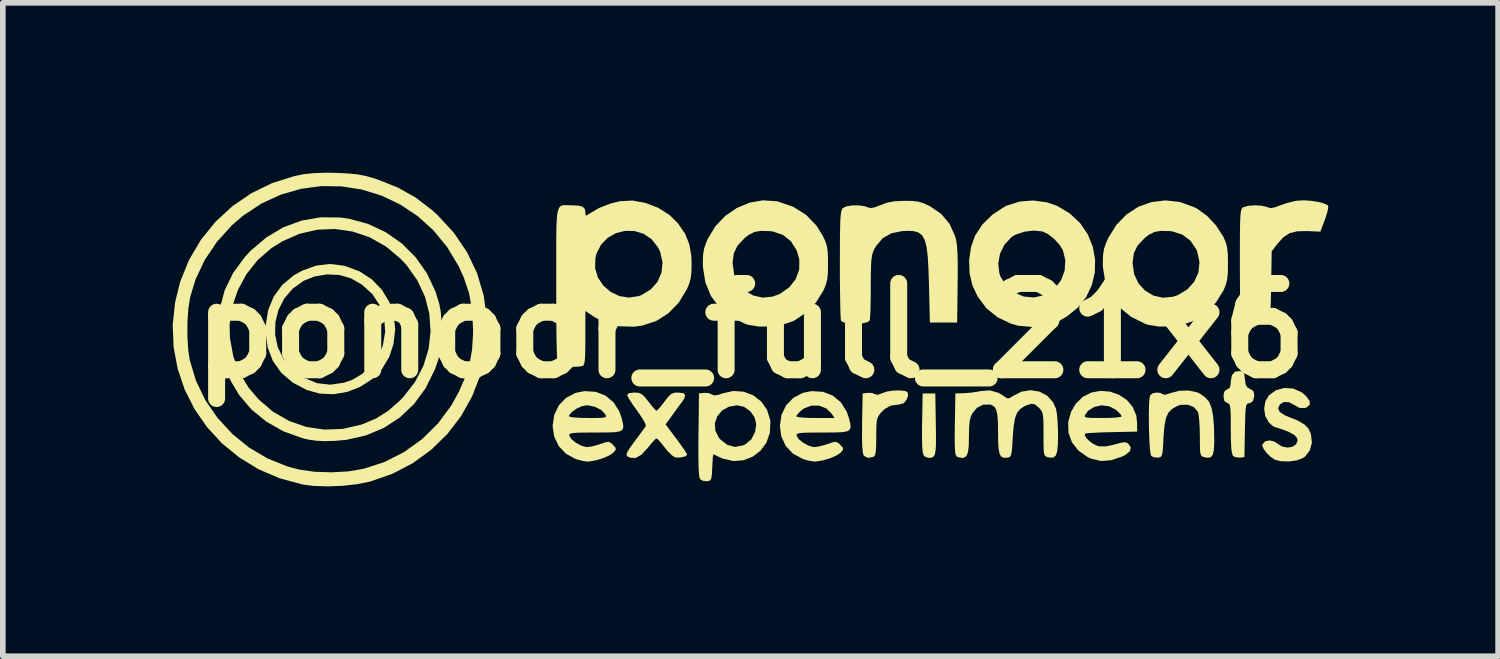
<source format=kicad_pcb>
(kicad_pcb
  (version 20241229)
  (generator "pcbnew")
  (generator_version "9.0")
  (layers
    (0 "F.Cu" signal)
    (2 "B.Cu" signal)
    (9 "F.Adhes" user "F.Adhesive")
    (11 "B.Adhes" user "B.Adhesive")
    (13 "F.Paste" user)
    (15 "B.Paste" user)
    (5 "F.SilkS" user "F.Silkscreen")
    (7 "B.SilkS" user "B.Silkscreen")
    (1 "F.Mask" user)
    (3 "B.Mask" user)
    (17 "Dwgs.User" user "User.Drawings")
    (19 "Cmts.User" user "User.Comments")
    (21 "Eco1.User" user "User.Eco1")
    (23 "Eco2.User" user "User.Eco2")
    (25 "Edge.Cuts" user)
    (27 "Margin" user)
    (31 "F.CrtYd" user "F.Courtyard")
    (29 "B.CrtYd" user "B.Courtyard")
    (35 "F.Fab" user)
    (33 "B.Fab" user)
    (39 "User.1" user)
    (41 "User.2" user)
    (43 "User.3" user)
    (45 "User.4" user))
  (footprint "ponoor_full_21x6"
    (layer "F.Cu")
    (at 10.21 2.791)
    (property "Reference" "ponoor_full_21x6" (at 0 0 0) (layer "F.SilkS") (effects (font (size 1.524 1.524) (thickness 0.3))))
    (attr board_only exclude_from_pos_files exclude_from_bom)
    (fp_poly (pts (xy 3.221 0.734) (xy 3.265 0.805) (xy 3.27 0.873) (xy 3.246 0.929) (xy 3.182 0.954) (xy 3.156 0.957) (xy 3.081 0.956) (xy 3.045 0.924) (xy 3.032 0.885) (xy 3.033 0.793) (xy 3.079 0.728) (xy 3.147 0.706)) (stroke (width 0) (type solid)) (fill yes) (layer "F.SilkS"))
    (fp_poly (pts (xy 3.268 1.651) (xy 3.271 1.86) (xy 3.27 2.014) (xy 3.263 2.12) (xy 3.249 2.188) (xy 3.226 2.226) (xy 3.192 2.243) (xy 3.145 2.247) (xy 3.143 2.247) (xy 3.078 2.225) (xy 3.054 2.203) (xy 3.038 2.154) (xy 3.028 2.05) (xy 3.024 1.888) (xy 3.025 1.665) (xy 3.026 1.633) (xy 3.035 1.108) (xy 3.259 1.108)) (stroke (width 0) (type solid)) (fill yes) (layer "F.SilkS"))
    (fp_poly (pts (xy 2.726 1.065) (xy 2.768 1.085) (xy 2.78 1.14) (xy 2.756 1.209) (xy 2.704 1.279) (xy 2.625 1.302) (xy 2.617 1.303) (xy 2.473 1.323) (xy 2.362 1.384) (xy 2.297 1.449) (xy 2.26 1.498) (xy 2.236 1.548) (xy 2.223 1.615) (xy 2.217 1.714) (xy 2.216 1.86) (xy 2.216 1.878) (xy 2.214 2.032) (xy 2.208 2.133) (xy 2.196 2.193) (xy 2.176 2.222) (xy 2.165 2.228) (xy 2.069 2.246) (xy 2 2.211) (xy 1.994 2.203) (xy 1.979 2.154) (xy 1.969 2.05) (xy 1.964 1.888) (xy 1.966 1.665) (xy 1.966 1.633) (xy 1.975 1.108) (xy 2.067 1.097) (xy 2.145 1.1) (xy 2.192 1.12) (xy 2.244 1.132) (xy 2.322 1.102) (xy 2.41 1.073) (xy 2.522 1.057) (xy 2.635 1.054)) (stroke (width 0) (type solid)) (fill yes) (layer "F.SilkS"))
    (fp_poly (pts (xy 8.692 0.729) (xy 8.717 0.775) (xy 8.728 0.861) (xy 8.742 0.954) (xy 8.774 1.005) (xy 8.818 1.029) (xy 8.875 1.063) (xy 8.891 1.12) (xy 8.889 1.164) (xy 8.869 1.242) (xy 8.824 1.275) (xy 8.807 1.279) (xy 8.78 1.285) (xy 8.76 1.302) (xy 8.747 1.338) (xy 8.738 1.405) (xy 8.733 1.511) (xy 8.729 1.667) (xy 8.727 1.76) (xy 8.718 2.232) (xy 8.638 2.241) (xy 8.56 2.234) (xy 8.517 2.211) (xy 8.499 2.166) (xy 8.486 2.07) (xy 8.479 1.92) (xy 8.477 1.731) (xy 8.477 1.555) (xy 8.474 1.433) (xy 8.468 1.354) (xy 8.457 1.309) (xy 8.439 1.286) (xy 8.413 1.275) (xy 8.365 1.242) (xy 8.349 1.166) (xy 8.349 1.156) (xy 8.362 1.075) (xy 8.407 1.039) (xy 8.413 1.037) (xy 8.458 1.009) (xy 8.476 0.945) (xy 8.477 0.899) (xy 8.497 0.786) (xy 8.554 0.723) (xy 8.644 0.712)) (stroke (width 0) (type solid)) (fill yes) (layer "F.SilkS"))
    (fp_poly (pts (xy 5.233 -2.267) (xy 5.411 -2.205) (xy 5.637 -2.069) (xy 5.818 -1.899) (xy 5.952 -1.701) (xy 6.04 -1.484) (xy 6.081 -1.257) (xy 6.076 -1.028) (xy 6.023 -0.804) (xy 5.923 -0.594) (xy 5.775 -0.407) (xy 5.579 -0.249) (xy 5.466 -0.186) (xy 5.227 -0.1) (xy 4.976 -0.066) (xy 4.73 -0.087) (xy 4.602 -0.122) (xy 4.358 -0.238) (xy 4.161 -0.397) (xy 4.008 -0.603) (xy 3.914 -0.801) (xy 3.864 -1.012) (xy 3.858 -1.183) (xy 4.37 -1.183) (xy 4.392 -1.008) (xy 4.411 -0.954) (xy 4.513 -0.792) (xy 4.653 -0.674) (xy 4.819 -0.604) (xy 5 -0.587) (xy 5.183 -0.627) (xy 5.228 -0.647) (xy 5.375 -0.752) (xy 5.482 -0.896) (xy 5.544 -1.067) (xy 5.555 -1.248) (xy 5.512 -1.422) (xy 5.45 -1.522) (xy 5.355 -1.624) (xy 5.248 -1.707) (xy 5.152 -1.753) (xy 4.997 -1.769) (xy 4.831 -1.749) (xy 4.679 -1.698) (xy 4.607 -1.655) (xy 4.482 -1.523) (xy 4.402 -1.361) (xy 4.37 -1.183) (xy 3.858 -1.183) (xy 3.856 -1.246) (xy 3.89 -1.478) (xy 3.96 -1.678) (xy 4.091 -1.877) (xy 4.27 -2.052) (xy 4.483 -2.191) (xy 4.522 -2.21) (xy 4.747 -2.281) (xy 4.99 -2.3)) (stroke (width 0) (type solid)) (fill yes) (layer "F.SilkS"))
    (fp_poly (pts (xy 9.58 1.022) (xy 9.726 1.086) (xy 9.808 1.154) (xy 9.87 1.241) (xy 9.872 1.309) (xy 9.815 1.356) (xy 9.78 1.367) (xy 9.688 1.363) (xy 9.614 1.32) (xy 9.512 1.265) (xy 9.417 1.258) (xy 9.346 1.299) (xy 9.313 1.37) (xy 9.342 1.435) (xy 9.432 1.494) (xy 9.508 1.525) (xy 9.669 1.591) (xy 9.779 1.656) (xy 9.85 1.73) (xy 9.892 1.823) (xy 9.893 1.826) (xy 9.91 1.978) (xy 9.873 2.115) (xy 9.788 2.224) (xy 9.75 2.25) (xy 9.643 2.29) (xy 9.504 2.309) (xy 9.364 2.305) (xy 9.264 2.281) (xy 9.189 2.234) (xy 9.115 2.164) (xy 9.058 2.089) (xy 9.032 2.027) (xy 9.034 2.01) (xy 9.085 1.953) (xy 9.166 1.937) (xy 9.254 1.961) (xy 9.298 1.992) (xy 9.385 2.046) (xy 9.48 2.064) (xy 9.567 2.049) (xy 9.631 2.007) (xy 9.657 1.941) (xy 9.651 1.9) (xy 9.602 1.842) (xy 9.495 1.784) (xy 9.454 1.768) (xy 9.355 1.732) (xy 9.28 1.708) (xy 9.252 1.702) (xy 9.216 1.681) (xy 9.158 1.628) (xy 9.149 1.619) (xy 9.087 1.51) (xy 9.067 1.377) (xy 9.089 1.244) (xy 9.15 1.142) (xy 9.276 1.05) (xy 9.425 1.011)) (stroke (width 0) (type solid)) (fill yes) (layer "F.SilkS"))
    (fp_poly (pts (xy 9.897 -2.294) (xy 10.022 -2.275) (xy 10.124 -2.248) (xy 10.188 -2.216) (xy 10.199 -2.202) (xy 10.196 -2.153) (xy 10.174 -2.064) (xy 10.137 -1.956) (xy 10.06 -1.75) (xy 9.823 -1.76) (xy 9.65 -1.756) (xy 9.518 -1.723) (xy 9.409 -1.653) (xy 9.302 -1.536) (xy 9.292 -1.523) (xy 9.2 -1.402) (xy 9.191 -0.838) (xy 9.188 -0.649) (xy 9.183 -0.478) (xy 9.177 -0.338) (xy 9.171 -0.24) (xy 9.167 -0.201) (xy 9.153 -0.163) (xy 9.124 -0.142) (xy 9.065 -0.132) (xy 8.961 -0.129) (xy 8.914 -0.128) (xy 8.784 -0.132) (xy 8.706 -0.142) (xy 8.667 -0.164) (xy 8.657 -0.179) (xy 8.652 -0.223) (xy 8.648 -0.323) (xy 8.644 -0.47) (xy 8.641 -0.656) (xy 8.639 -0.873) (xy 8.638 -1.111) (xy 8.638 -1.19) (xy 8.638 -1.463) (xy 8.639 -1.68) (xy 8.641 -1.846) (xy 8.644 -1.969) (xy 8.65 -2.056) (xy 8.657 -2.114) (xy 8.668 -2.149) (xy 8.682 -2.17) (xy 8.7 -2.182) (xy 8.7 -2.182) (xy 8.785 -2.206) (xy 8.902 -2.215) (xy 9.022 -2.208) (xy 9.115 -2.186) (xy 9.125 -2.181) (xy 9.182 -2.165) (xy 9.257 -2.179) (xy 9.341 -2.211) (xy 9.47 -2.256) (xy 9.612 -2.291) (xy 9.653 -2.297) (xy 9.768 -2.303)) (stroke (width 0) (type solid)) (fill yes) (layer "F.SilkS"))
    (fp_poly (pts (xy 7.882 1.088) (xy 7.937 1.113) (xy 8.027 1.178) (xy 8.093 1.256) (xy 8.137 1.36) (xy 8.165 1.501) (xy 8.18 1.69) (xy 8.183 1.784) (xy 8.186 1.972) (xy 8.179 2.105) (xy 8.16 2.189) (xy 8.126 2.233) (xy 8.073 2.245) (xy 8.012 2.235) (xy 7.977 2.224) (xy 7.954 2.204) (xy 7.94 2.164) (xy 7.934 2.091) (xy 7.932 1.974) (xy 7.931 1.863) (xy 7.928 1.708) (xy 7.919 1.572) (xy 7.906 1.471) (xy 7.895 1.431) (xy 7.825 1.349) (xy 7.719 1.307) (xy 7.596 1.309) (xy 7.535 1.328) (xy 7.444 1.378) (xy 7.378 1.444) (xy 7.334 1.538) (xy 7.307 1.672) (xy 7.291 1.856) (xy 7.289 1.893) (xy 7.282 2.043) (xy 7.273 2.142) (xy 7.261 2.199) (xy 7.242 2.227) (xy 7.213 2.238) (xy 7.193 2.241) (xy 7.115 2.234) (xy 7.072 2.211) (xy 7.059 2.167) (xy 7.048 2.073) (xy 7.04 1.942) (xy 7.034 1.787) (xy 7.031 1.623) (xy 7.03 1.464) (xy 7.033 1.322) (xy 7.04 1.211) (xy 7.051 1.145) (xy 7.052 1.143) (xy 7.094 1.107) (xy 7.167 1.092) (xy 7.238 1.099) (xy 7.272 1.122) (xy 7.312 1.131) (xy 7.39 1.11) (xy 7.41 1.102) (xy 7.567 1.061) (xy 7.732 1.056)) (stroke (width 0) (type solid)) (fill yes) (layer "F.SilkS"))
    (fp_poly (pts (xy -7.189 -1.149) (xy -7.161 -1.142) (xy -6.907 -1.047) (xy -6.691 -0.905) (xy -6.516 -0.724) (xy -6.387 -0.512) (xy -6.307 -0.276) (xy -6.28 -0.025) (xy -6.31 0.234) (xy -6.386 0.464) (xy -6.514 0.677) (xy -6.687 0.854) (xy -6.894 0.989) (xy -7.125 1.08) (xy -7.369 1.122) (xy -7.617 1.11) (xy -7.844 1.046) (xy -8.094 0.913) (xy -8.294 0.741) (xy -8.441 0.534) (xy -8.533 0.293) (xy -8.563 0.07) (xy -8.401 0.07) (xy -8.355 0.288) (xy -8.257 0.493) (xy -8.107 0.673) (xy -8.096 0.683) (xy -7.885 0.835) (xy -7.661 0.926) (xy -7.426 0.953) (xy -7.184 0.918) (xy -7.036 0.866) (xy -6.864 0.763) (xy -6.706 0.616) (xy -6.579 0.444) (xy -6.499 0.265) (xy -6.499 0.265) (xy -6.457 0.015) (xy -6.476 -0.225) (xy -6.552 -0.447) (xy -6.682 -0.645) (xy -6.864 -0.811) (xy -7.058 -0.924) (xy -7.262 -0.984) (xy -7.485 -0.995) (xy -7.709 -0.957) (xy -7.898 -0.881) (xy -8.092 -0.742) (xy -8.24 -0.568) (xy -8.342 -0.368) (xy -8.396 -0.151) (xy -8.401 0.07) (xy -8.563 0.07) (xy -8.569 0.022) (xy -8.568 -0.089) (xy -8.525 -0.361) (xy -8.427 -0.601) (xy -8.276 -0.808) (xy -8.075 -0.976) (xy -7.921 -1.062) (xy -7.673 -1.15) (xy -7.434 -1.179)) (stroke (width 0) (type solid)) (fill yes) (layer "F.SilkS"))
    (fp_poly (pts (xy -0.124 1.077) (xy 0.043 1.141) (xy 0.183 1.249) (xy 0.286 1.395) (xy 0.342 1.574) (xy 0.346 1.607) (xy 0.337 1.804) (xy 0.276 1.977) (xy 0.172 2.119) (xy 0.033 2.225) (xy -0.129 2.288) (xy -0.308 2.302) (xy -0.493 2.259) (xy -0.552 2.234) (xy -0.621 2.2) (xy -0.66 2.184) (xy -0.662 2.184) (xy -0.668 2.213) (xy -0.674 2.291) (xy -0.68 2.401) (xy -0.681 2.416) (xy -0.687 2.537) (xy -0.697 2.607) (xy -0.716 2.642) (xy -0.751 2.656) (xy -0.773 2.659) (xy -0.85 2.65) (xy -0.894 2.623) (xy -0.908 2.585) (xy -0.917 2.504) (xy -0.923 2.375) (xy -0.926 2.194) (xy -0.925 1.955) (xy -0.924 1.842) (xy -0.921 1.633) (xy -0.634 1.633) (xy -0.627 1.762) (xy -0.566 1.887) (xy -0.539 1.919) (xy -0.413 2.017) (xy -0.277 2.052) (xy -0.133 2.024) (xy -0.095 2.006) (xy 0.009 1.918) (xy 0.076 1.789) (xy 0.096 1.652) (xy 0.067 1.529) (xy -0.01 1.422) (xy -0.118 1.345) (xy -0.239 1.317) (xy -0.389 1.342) (xy -0.509 1.411) (xy -0.593 1.512) (xy -0.634 1.633) (xy -0.921 1.633) (xy -0.915 1.108) (xy -0.825 1.097) (xy -0.742 1.102) (xy -0.69 1.125) (xy -0.644 1.143) (xy -0.574 1.133) (xy -0.499 1.107) (xy -0.308 1.064)) (stroke (width 0) (type solid)) (fill yes) (layer "F.SilkS"))
    (fp_poly (pts (xy -1.191 1.103) (xy -1.157 1.139) (xy -1.179 1.205) (xy -1.214 1.256) (xy -1.265 1.324) (xy -1.335 1.42) (xy -1.388 1.494) (xy -1.504 1.655) (xy -1.314 1.909) (xy -1.233 2.019) (xy -1.169 2.111) (xy -1.131 2.172) (xy -1.124 2.188) (xy -1.152 2.217) (xy -1.218 2.236) (xy -1.296 2.241) (xy -1.345 2.233) (xy -1.398 2.197) (xy -1.469 2.125) (xy -1.528 2.052) (xy -1.593 1.97) (xy -1.645 1.915) (xy -1.67 1.901) (xy -1.701 1.93) (xy -1.759 1.995) (xy -1.828 2.079) (xy -1.935 2.193) (xy -2.033 2.247) (xy -2.128 2.244) (xy -2.181 2.218) (xy -2.196 2.194) (xy -2.184 2.15) (xy -2.141 2.078) (xy -2.061 1.966) (xy -2.051 1.953) (xy -1.971 1.845) (xy -1.904 1.755) (xy -1.862 1.695) (xy -1.853 1.682) (xy -1.862 1.643) (xy -1.903 1.566) (xy -1.969 1.466) (xy -2.008 1.412) (xy -2.086 1.303) (xy -2.146 1.211) (xy -2.179 1.149) (xy -2.184 1.134) (xy -2.153 1.103) (xy -2.063 1.092) (xy -2.056 1.092) (xy -1.981 1.097) (xy -1.925 1.121) (xy -1.868 1.175) (xy -1.808 1.252) (xy -1.742 1.336) (xy -1.69 1.394) (xy -1.666 1.413) (xy -1.636 1.389) (xy -1.583 1.327) (xy -1.525 1.252) (xy -1.455 1.163) (xy -1.401 1.114) (xy -1.343 1.095) (xy -1.282 1.092)) (stroke (width 0) (type solid)) (fill yes) (layer "F.SilkS"))
    (fp_poly (pts (xy 6.345 1.076) (xy 6.501 1.13) (xy 6.638 1.22) (xy 6.743 1.343) (xy 6.808 1.495) (xy 6.822 1.618) (xy 6.824 1.782) (xy 6.39 1.791) (xy 6.227 1.795) (xy 6.084 1.801) (xy 5.977 1.807) (xy 5.917 1.814) (xy 5.911 1.816) (xy 5.897 1.845) (xy 5.924 1.893) (xy 5.981 1.95) (xy 6.055 2.002) (xy 6.132 2.037) (xy 6.154 2.042) (xy 6.263 2.043) (xy 6.402 2.016) (xy 6.437 2.006) (xy 6.545 1.976) (xy 6.612 1.969) (xy 6.656 1.985) (xy 6.663 1.991) (xy 6.711 2.058) (xy 6.697 2.126) (xy 6.621 2.191) (xy 6.567 2.219) (xy 6.366 2.287) (xy 6.186 2.301) (xy 6.014 2.261) (xy 5.948 2.231) (xy 5.785 2.116) (xy 5.671 1.969) (xy 5.611 1.799) (xy 5.605 1.617) (xy 5.635 1.508) (xy 5.896 1.508) (xy 5.906 1.525) (xy 5.946 1.535) (xy 6.026 1.54) (xy 6.158 1.541) (xy 6.212 1.541) (xy 6.351 1.539) (xy 6.462 1.532) (xy 6.533 1.522) (xy 6.551 1.512) (xy 6.528 1.475) (xy 6.472 1.417) (xy 6.452 1.4) (xy 6.333 1.335) (xy 6.198 1.318) (xy 6.067 1.345) (xy 5.958 1.413) (xy 5.906 1.482) (xy 5.896 1.508) (xy 5.635 1.508) (xy 5.656 1.432) (xy 5.74 1.289) (xy 5.867 1.165) (xy 6.018 1.091) (xy 6.181 1.062)) (stroke (width 0) (type solid)) (fill yes) (layer "F.SilkS"))
    (fp_poly (pts (xy 0.457 -2.286) (xy 0.488 -2.279) (xy 0.753 -2.187) (xy 0.977 -2.046) (xy 1.159 -1.857) (xy 1.27 -1.679) (xy 1.316 -1.582) (xy 1.343 -1.498) (xy 1.358 -1.403) (xy 1.364 -1.278) (xy 1.364 -1.188) (xy 1.362 -1.032) (xy 1.352 -0.919) (xy 1.33 -0.826) (xy 1.294 -0.734) (xy 1.281 -0.706) (xy 1.153 -0.501) (xy 0.979 -0.321) (xy 0.778 -0.185) (xy 0.739 -0.166) (xy 0.558 -0.106) (xy 0.35 -0.075) (xy 0.141 -0.074) (xy -0.045 -0.104) (xy -0.098 -0.121) (xy -0.351 -0.247) (xy -0.554 -0.413) (xy -0.705 -0.615) (xy -0.802 -0.853) (xy -0.845 -1.123) (xy -0.847 -1.188) (xy -0.847 -1.188) (xy -0.321 -1.188) (xy -0.294 -0.997) (xy -0.218 -0.836) (xy -0.103 -0.709) (xy 0.041 -0.623) (xy 0.206 -0.585) (xy 0.381 -0.601) (xy 0.513 -0.65) (xy 0.679 -0.766) (xy 0.794 -0.912) (xy 0.855 -1.079) (xy 0.857 -1.26) (xy 0.81 -1.42) (xy 0.707 -1.582) (xy 0.564 -1.694) (xy 0.387 -1.753) (xy 0.336 -1.759) (xy 0.18 -1.764) (xy 0.063 -1.744) (xy -0.038 -1.692) (xy -0.113 -1.632) (xy -0.233 -1.505) (xy -0.299 -1.371) (xy -0.321 -1.21) (xy -0.321 -1.188) (xy -0.847 -1.188) (xy -0.843 -1.338) (xy -0.823 -1.456) (xy -0.781 -1.574) (xy -0.76 -1.622) (xy -0.627 -1.843) (xy -0.452 -2.027) (xy -0.247 -2.168) (xy -0.021 -2.262) (xy 0.217 -2.303)) (stroke (width 0) (type solid)) (fill yes) (layer "F.SilkS"))
    (fp_poly (pts (xy 1.275 1.079) (xy 1.45 1.147) (xy 1.593 1.267) (xy 1.696 1.433) (xy 1.735 1.549) (xy 1.757 1.641) (xy 1.763 1.707) (xy 1.746 1.751) (xy 1.698 1.778) (xy 1.61 1.792) (xy 1.475 1.797) (xy 1.284 1.798) (xy 1.267 1.798) (xy 1.084 1.799) (xy 0.956 1.801) (xy 0.874 1.807) (xy 0.828 1.817) (xy 0.81 1.832) (xy 0.809 1.853) (xy 0.846 1.914) (xy 0.923 1.977) (xy 1.017 2.029) (xy 1.106 2.054) (xy 1.121 2.055) (xy 1.201 2.045) (xy 1.307 2.017) (xy 1.357 2.001) (xy 1.449 1.97) (xy 1.503 1.962) (xy 1.543 1.981) (xy 1.58 2.015) (xy 1.626 2.067) (xy 1.628 2.103) (xy 1.59 2.151) (xy 1.518 2.201) (xy 1.407 2.25) (xy 1.28 2.289) (xy 1.161 2.309) (xy 1.126 2.311) (xy 1.041 2.299) (xy 0.938 2.271) (xy 0.92 2.265) (xy 0.746 2.172) (xy 0.617 2.035) (xy 0.538 1.863) (xy 0.514 1.681) (xy 0.539 1.512) (xy 0.803 1.512) (xy 0.833 1.524) (xy 0.914 1.534) (xy 1.032 1.54) (xy 1.141 1.541) (xy 1.479 1.541) (xy 1.429 1.466) (xy 1.333 1.372) (xy 1.207 1.324) (xy 1.07 1.323) (xy 0.941 1.371) (xy 0.902 1.4) (xy 0.839 1.459) (xy 0.805 1.504) (xy 0.803 1.512) (xy 0.539 1.512) (xy 0.543 1.484) (xy 0.625 1.316) (xy 0.752 1.185) (xy 0.918 1.098) (xy 1.073 1.067)) (stroke (width 0) (type solid)) (fill yes) (layer "F.SilkS"))
    (fp_poly (pts (xy 7.577 -2.273) (xy 7.827 -2.184) (xy 7.879 -2.158) (xy 8.055 -2.032) (xy 8.215 -1.862) (xy 8.343 -1.664) (xy 8.353 -1.645) (xy 8.39 -1.557) (xy 8.413 -1.467) (xy 8.425 -1.353) (xy 8.428 -1.197) (xy 8.428 -1.188) (xy 8.426 -1.032) (xy 8.416 -0.919) (xy 8.395 -0.827) (xy 8.359 -0.735) (xy 8.346 -0.706) (xy 8.217 -0.501) (xy 8.043 -0.321) (xy 7.842 -0.185) (xy 7.803 -0.166) (xy 7.622 -0.106) (xy 7.415 -0.075) (xy 7.206 -0.074) (xy 7.019 -0.104) (xy 6.967 -0.121) (xy 6.714 -0.247) (xy 6.511 -0.413) (xy 6.36 -0.616) (xy 6.262 -0.853) (xy 6.219 -1.124) (xy 6.217 -1.188) (xy 6.217 -1.188) (xy 6.743 -1.188) (xy 6.771 -0.999) (xy 6.847 -0.837) (xy 6.963 -0.709) (xy 7.108 -0.622) (xy 7.275 -0.583) (xy 7.452 -0.599) (xy 7.539 -0.628) (xy 7.709 -0.729) (xy 7.833 -0.867) (xy 7.907 -1.031) (xy 7.925 -1.211) (xy 7.885 -1.396) (xy 7.87 -1.433) (xy 7.766 -1.589) (xy 7.621 -1.698) (xy 7.442 -1.755) (xy 7.401 -1.759) (xy 7.245 -1.764) (xy 7.128 -1.744) (xy 7.026 -1.692) (xy 6.951 -1.632) (xy 6.832 -1.505) (xy 6.766 -1.371) (xy 6.744 -1.21) (xy 6.743 -1.188) (xy 6.217 -1.188) (xy 6.221 -1.332) (xy 6.238 -1.444) (xy 6.277 -1.557) (xy 6.314 -1.638) (xy 6.456 -1.869) (xy 6.636 -2.054) (xy 6.846 -2.19) (xy 7.079 -2.273) (xy 7.325 -2.302)) (stroke (width 0) (type solid)) (fill yes) (layer "F.SilkS"))
    (fp_poly (pts (xy -2.739 1.079) (xy -2.564 1.147) (xy -2.421 1.267) (xy -2.318 1.433) (xy -2.279 1.549) (xy -2.257 1.641) (xy -2.251 1.707) (xy -2.268 1.751) (xy -2.316 1.778) (xy -2.404 1.792) (xy -2.539 1.797) (xy -2.73 1.798) (xy -2.747 1.798) (xy -2.93 1.799) (xy -3.058 1.801) (xy -3.14 1.807) (xy -3.186 1.817) (xy -3.204 1.832) (xy -3.205 1.853) (xy -3.168 1.914) (xy -3.091 1.977) (xy -2.997 2.029) (xy -2.908 2.054) (xy -2.893 2.055) (xy -2.813 2.045) (xy -2.707 2.017) (xy -2.657 2.001) (xy -2.565 1.97) (xy -2.511 1.962) (xy -2.471 1.981) (xy -2.434 2.015) (xy -2.388 2.067) (xy -2.386 2.103) (xy -2.424 2.151) (xy -2.496 2.201) (xy -2.607 2.25) (xy -2.734 2.289) (xy -2.853 2.309) (xy -2.888 2.311) (xy -2.973 2.299) (xy -3.076 2.271) (xy -3.094 2.265) (xy -3.265 2.172) (xy -3.394 2.035) (xy -3.474 1.864) (xy -3.5 1.683) (xy -3.475 1.512) (xy -3.211 1.512) (xy -3.181 1.524) (xy -3.1 1.534) (xy -2.982 1.54) (xy -2.873 1.541) (xy -2.723 1.541) (xy -2.627 1.538) (xy -2.575 1.53) (xy -2.557 1.515) (xy -2.562 1.492) (xy -2.569 1.477) (xy -2.641 1.4) (xy -2.754 1.343) (xy -2.883 1.317) (xy -2.902 1.317) (xy -2.986 1.334) (xy -3.079 1.377) (xy -3.159 1.434) (xy -3.206 1.491) (xy -3.211 1.512) (xy -3.475 1.512) (xy -3.471 1.486) (xy -3.39 1.317) (xy -3.263 1.186) (xy -3.097 1.099) (xy -2.941 1.067)) (stroke (width 0) (type solid)) (fill yes) (layer "F.SilkS"))
    (fp_poly (pts (xy 2.858 -2.292) (xy 2.963 -2.279) (xy 3.056 -2.25) (xy 3.164 -2.199) (xy 3.164 -2.199) (xy 3.361 -2.065) (xy 3.51 -1.888) (xy 3.608 -1.672) (xy 3.613 -1.657) (xy 3.631 -1.581) (xy 3.643 -1.487) (xy 3.651 -1.365) (xy 3.655 -1.205) (xy 3.655 -0.997) (xy 3.653 -0.816) (xy 3.645 -0.145) (xy 3.163 -0.145) (xy 3.147 -0.819) (xy 3.138 -1.094) (xy 3.125 -1.312) (xy 3.105 -1.478) (xy 3.073 -1.599) (xy 3.028 -1.682) (xy 2.965 -1.733) (xy 2.881 -1.758) (xy 2.775 -1.764) (xy 2.681 -1.76) (xy 2.486 -1.722) (xy 2.331 -1.635) (xy 2.212 -1.495) (xy 2.183 -1.444) (xy 2.159 -1.391) (xy 2.142 -1.331) (xy 2.131 -1.254) (xy 2.124 -1.148) (xy 2.12 -1.001) (xy 2.119 -0.803) (xy 2.119 -0.775) (xy 2.118 -0.591) (xy 2.115 -0.428) (xy 2.111 -0.296) (xy 2.105 -0.209) (xy 2.1 -0.179) (xy 2.058 -0.15) (xy 1.973 -0.131) (xy 1.865 -0.124) (xy 1.753 -0.128) (xy 1.659 -0.142) (xy 1.601 -0.168) (xy 1.593 -0.179) (xy 1.588 -0.223) (xy 1.583 -0.323) (xy 1.58 -0.47) (xy 1.577 -0.656) (xy 1.574 -0.872) (xy 1.573 -1.109) (xy 1.573 -1.172) (xy 1.574 -1.448) (xy 1.575 -1.667) (xy 1.578 -1.835) (xy 1.582 -1.96) (xy 1.589 -2.048) (xy 1.598 -2.107) (xy 1.61 -2.144) (xy 1.624 -2.165) (xy 1.69 -2.197) (xy 1.794 -2.213) (xy 1.91 -2.214) (xy 2.015 -2.198) (xy 2.06 -2.181) (xy 2.114 -2.166) (xy 2.186 -2.178) (xy 2.291 -2.219) (xy 2.413 -2.263) (xy 2.544 -2.287) (xy 2.712 -2.294) (xy 2.716 -2.294)) (stroke (width 0) (type solid)) (fill yes) (layer "F.SilkS"))
    (fp_poly (pts (xy -7.256 -2) (xy -7.1 -1.979) (xy -6.758 -1.886) (xy -6.444 -1.738) (xy -6.162 -1.54) (xy -5.919 -1.297) (xy -5.72 -1.014) (xy -5.57 -0.696) (xy -5.504 -0.482) (xy -5.476 -0.341) (xy -5.463 -0.183) (xy -5.464 0.012) (xy -5.466 0.08) (xy -5.476 0.256) (xy -5.492 0.392) (xy -5.519 0.51) (xy -5.561 0.634) (xy -5.582 0.69) (xy -5.743 1.015) (xy -5.949 1.296) (xy -6.197 1.531) (xy -6.482 1.717) (xy -6.8 1.85) (xy -7.146 1.928) (xy -7.353 1.946) (xy -7.54 1.95) (xy -7.687 1.942) (xy -7.82 1.922) (xy -7.925 1.896) (xy -8.256 1.776) (xy -8.557 1.605) (xy -8.819 1.391) (xy -9.036 1.136) (xy -9.182 0.892) (xy -9.294 0.635) (xy -9.365 0.399) (xy -9.401 0.161) (xy -9.409 -0.031) (xy -9.402 -0.116) (xy -9.205 -0.116) (xy -9.199 0.128) (xy -9.14 0.453) (xy -9.031 0.743) (xy -8.867 1.009) (xy -8.691 1.214) (xy -8.438 1.431) (xy -8.155 1.593) (xy -7.851 1.699) (xy -7.532 1.746) (xy -7.207 1.734) (xy -6.881 1.659) (xy -6.863 1.653) (xy -6.62 1.551) (xy -6.404 1.415) (xy -6.197 1.233) (xy -6.136 1.17) (xy -5.931 0.906) (xy -5.782 0.62) (xy -5.69 0.32) (xy -5.656 0.011) (xy -5.677 -0.299) (xy -5.755 -0.602) (xy -5.89 -0.891) (xy -6.08 -1.159) (xy -6.181 -1.268) (xy -6.442 -1.486) (xy -6.727 -1.648) (xy -7.029 -1.751) (xy -7.341 -1.797) (xy -7.657 -1.784) (xy -7.97 -1.712) (xy -8.273 -1.58) (xy -8.467 -1.458) (xy -8.707 -1.25) (xy -8.905 -1.002) (xy -9.057 -0.723) (xy -9.159 -0.425) (xy -9.205 -0.116) (xy -9.402 -0.116) (xy -9.38 -0.384) (xy -9.293 -0.711) (xy -9.146 -1.015) (xy -8.939 -1.298) (xy -8.831 -1.415) (xy -8.556 -1.648) (xy -8.257 -1.826) (xy -7.936 -1.944) (xy -7.601 -2.003)) (stroke (width 0) (type solid)) (fill yes) (layer "F.SilkS"))
    (fp_poly (pts (xy 5.1 1.076) (xy 5.235 1.148) (xy 5.34 1.265) (xy 5.39 1.378) (xy 5.406 1.463) (xy 5.418 1.591) (xy 5.425 1.743) (xy 5.427 1.838) (xy 5.423 2.014) (xy 5.411 2.135) (xy 5.385 2.207) (xy 5.343 2.24) (xy 5.281 2.241) (xy 5.251 2.235) (xy 5.217 2.224) (xy 5.194 2.206) (xy 5.18 2.168) (xy 5.173 2.1) (xy 5.17 1.991) (xy 5.17 1.828) (xy 5.169 1.664) (xy 5.166 1.551) (xy 5.157 1.476) (xy 5.141 1.426) (xy 5.115 1.388) (xy 5.091 1.363) (xy 5.025 1.306) (xy 4.966 1.289) (xy 4.89 1.309) (xy 4.834 1.334) (xy 4.759 1.381) (xy 4.704 1.448) (xy 4.667 1.544) (xy 4.643 1.682) (xy 4.627 1.871) (xy 4.626 1.895) (xy 4.617 2.045) (xy 4.608 2.143) (xy 4.595 2.2) (xy 4.576 2.229) (xy 4.547 2.24) (xy 4.534 2.242) (xy 4.468 2.244) (xy 4.422 2.223) (xy 4.392 2.169) (xy 4.375 2.073) (xy 4.368 1.928) (xy 4.367 1.808) (xy 4.365 1.621) (xy 4.355 1.488) (xy 4.336 1.4) (xy 4.304 1.345) (xy 4.256 1.314) (xy 4.226 1.304) (xy 4.105 1.305) (xy 3.994 1.363) (xy 3.918 1.452) (xy 3.886 1.517) (xy 3.866 1.595) (xy 3.856 1.703) (xy 3.853 1.858) (xy 3.853 1.864) (xy 3.85 2.031) (xy 3.836 2.144) (xy 3.81 2.211) (xy 3.768 2.242) (xy 3.727 2.247) (xy 3.655 2.231) (xy 3.636 2.221) (xy 3.62 2.194) (xy 3.609 2.134) (xy 3.603 2.031) (xy 3.601 1.88) (xy 3.603 1.673) (xy 3.604 1.651) (xy 3.613 1.108) (xy 3.773 1.103) (xy 3.898 1.093) (xy 4.02 1.074) (xy 4.056 1.066) (xy 4.221 1.053) (xy 4.381 1.098) (xy 4.468 1.154) (xy 4.525 1.193) (xy 4.567 1.192) (xy 4.624 1.156) (xy 4.782 1.076) (xy 4.945 1.05)) (stroke (width 0) (type solid)) (fill yes) (layer "F.SilkS"))
    (fp_poly (pts (xy -1.858 -2.257) (xy -1.634 -2.17) (xy -1.433 -2.042) (xy -1.284 -1.894) (xy -1.161 -1.713) (xy -1.086 -1.529) (xy -1.05 -1.322) (xy -1.045 -1.188) (xy -1.048 -1.037) (xy -1.061 -0.925) (xy -1.089 -0.826) (xy -1.129 -0.733) (xy -1.271 -0.498) (xy -1.453 -0.31) (xy -1.668 -0.173) (xy -1.912 -0.092) (xy -2.06 -0.071) (xy -2.333 -0.079) (xy -2.579 -0.144) (xy -2.764 -0.242) (xy -2.922 -0.349) (xy -2.922 0.127) (xy -2.923 0.315) (xy -2.926 0.449) (xy -2.933 0.537) (xy -2.944 0.589) (xy -2.961 0.616) (xy -2.973 0.623) (xy -3.038 0.634) (xy -3.139 0.639) (xy -3.251 0.638) (xy -3.348 0.631) (xy -3.396 0.621) (xy -3.406 0.603) (xy -3.414 0.556) (xy -3.421 0.475) (xy -3.426 0.354) (xy -3.43 0.191) (xy -3.433 -0.021) (xy -3.435 -0.286) (xy -3.436 -0.607) (xy -3.436 -0.786) (xy -3.436 -1.103) (xy -2.749 -1.103) (xy -2.699 -0.938) (xy -2.604 -0.797) (xy -2.475 -0.685) (xy -2.321 -0.612) (xy -2.151 -0.585) (xy -1.977 -0.612) (xy -1.934 -0.628) (xy -1.767 -0.729) (xy -1.646 -0.866) (xy -1.576 -1.029) (xy -1.559 -1.207) (xy -1.599 -1.39) (xy -1.639 -1.472) (xy -1.752 -1.616) (xy -1.893 -1.712) (xy -2.052 -1.76) (xy -2.218 -1.764) (xy -2.379 -1.724) (xy -2.524 -1.643) (xy -2.643 -1.523) (xy -2.724 -1.365) (xy -2.745 -1.282) (xy -2.749 -1.103) (xy -3.436 -1.103) (xy -3.436 -1.127) (xy -3.436 -1.41) (xy -3.436 -1.639) (xy -3.433 -1.821) (xy -3.427 -1.96) (xy -3.417 -2.063) (xy -3.402 -2.134) (xy -3.38 -2.18) (xy -3.352 -2.206) (xy -3.316 -2.217) (xy -3.271 -2.218) (xy -3.216 -2.216) (xy -3.179 -2.216) (xy -3.048 -2.21) (xy -2.969 -2.19) (xy -2.931 -2.149) (xy -2.922 -2.096) (xy -2.918 -2.041) (xy -2.895 -2.037) (xy -2.85 -2.068) (xy -2.685 -2.165) (xy -2.485 -2.244) (xy -2.313 -2.287) (xy -2.09 -2.299)) (stroke (width 0) (type solid)) (fill yes) (layer "F.SilkS"))
    (fp_poly (pts (xy -7.285 -2.787) (xy -7.094 -2.776) (xy -6.944 -2.761) (xy -6.812 -2.736) (xy -6.674 -2.698) (xy -6.583 -2.668) (xy -6.228 -2.526) (xy -5.915 -2.349) (xy -5.624 -2.126) (xy -5.532 -2.042) (xy -5.242 -1.727) (xy -5.009 -1.383) (xy -4.833 -1.013) (xy -4.717 -0.621) (xy -4.661 -0.209) (xy -4.656 -0.036) (xy -4.687 0.381) (xy -4.776 0.781) (xy -4.921 1.159) (xy -5.117 1.508) (xy -5.36 1.825) (xy -5.646 2.104) (xy -5.972 2.341) (xy -6.334 2.529) (xy -6.727 2.665) (xy -6.952 2.71) (xy -7.209 2.739) (xy -7.473 2.749) (xy -7.721 2.741) (xy -7.915 2.716) (xy -8.322 2.606) (xy -8.697 2.445) (xy -9.038 2.236) (xy -9.342 1.987) (xy -9.605 1.701) (xy -9.825 1.383) (xy -9.998 1.039) (xy -10.122 0.673) (xy -10.194 0.29) (xy -10.201 0.106) (xy -9.95 0.106) (xy -9.935 0.344) (xy -9.908 0.52) (xy -9.799 0.883) (xy -9.634 1.226) (xy -9.418 1.54) (xy -9.159 1.821) (xy -8.863 2.062) (xy -8.535 2.256) (xy -8.182 2.398) (xy -7.978 2.452) (xy -7.706 2.491) (xy -7.405 2.501) (xy -7.105 2.484) (xy -6.84 2.439) (xy -6.467 2.318) (xy -6.119 2.14) (xy -5.803 1.912) (xy -5.524 1.637) (xy -5.29 1.321) (xy -5.154 1.076) (xy -5.042 0.817) (xy -4.966 0.58) (xy -4.923 0.338) (xy -4.906 0.068) (xy -4.905 -0.032) (xy -4.923 -0.364) (xy -4.976 -0.661) (xy -5.07 -0.943) (xy -5.156 -1.132) (xy -5.361 -1.475) (xy -5.606 -1.774) (xy -5.886 -2.026) (xy -6.193 -2.23) (xy -6.523 -2.387) (xy -6.869 -2.493) (xy -7.226 -2.549) (xy -7.588 -2.554) (xy -7.949 -2.505) (xy -8.302 -2.403) (xy -8.643 -2.246) (xy -8.966 -2.033) (xy -9.158 -1.868) (xy -9.425 -1.575) (xy -9.644 -1.25) (xy -9.808 -0.902) (xy -9.903 -0.588) (xy -9.934 -0.385) (xy -9.95 -0.145) (xy -9.95 0.106) (xy -10.201 0.106) (xy -10.21 -0.104) (xy -10.167 -0.504) (xy -10.077 -0.867) (xy -9.92 -1.253) (xy -9.711 -1.607) (xy -9.455 -1.923) (xy -9.156 -2.199) (xy -8.821 -2.428) (xy -8.454 -2.607) (xy -8.06 -2.731) (xy -7.911 -2.762) (xy -7.734 -2.782) (xy -7.511 -2.791)) (stroke (width 0) (type solid)) (fill yes) (layer "F.SilkS")))
  (gr_rect
    (start -3 -3)
    (end 23.409 8.54)
    (stroke (width 0.1) (type default))
    (fill no)
    (layer "Edge.Cuts")))
</source>
